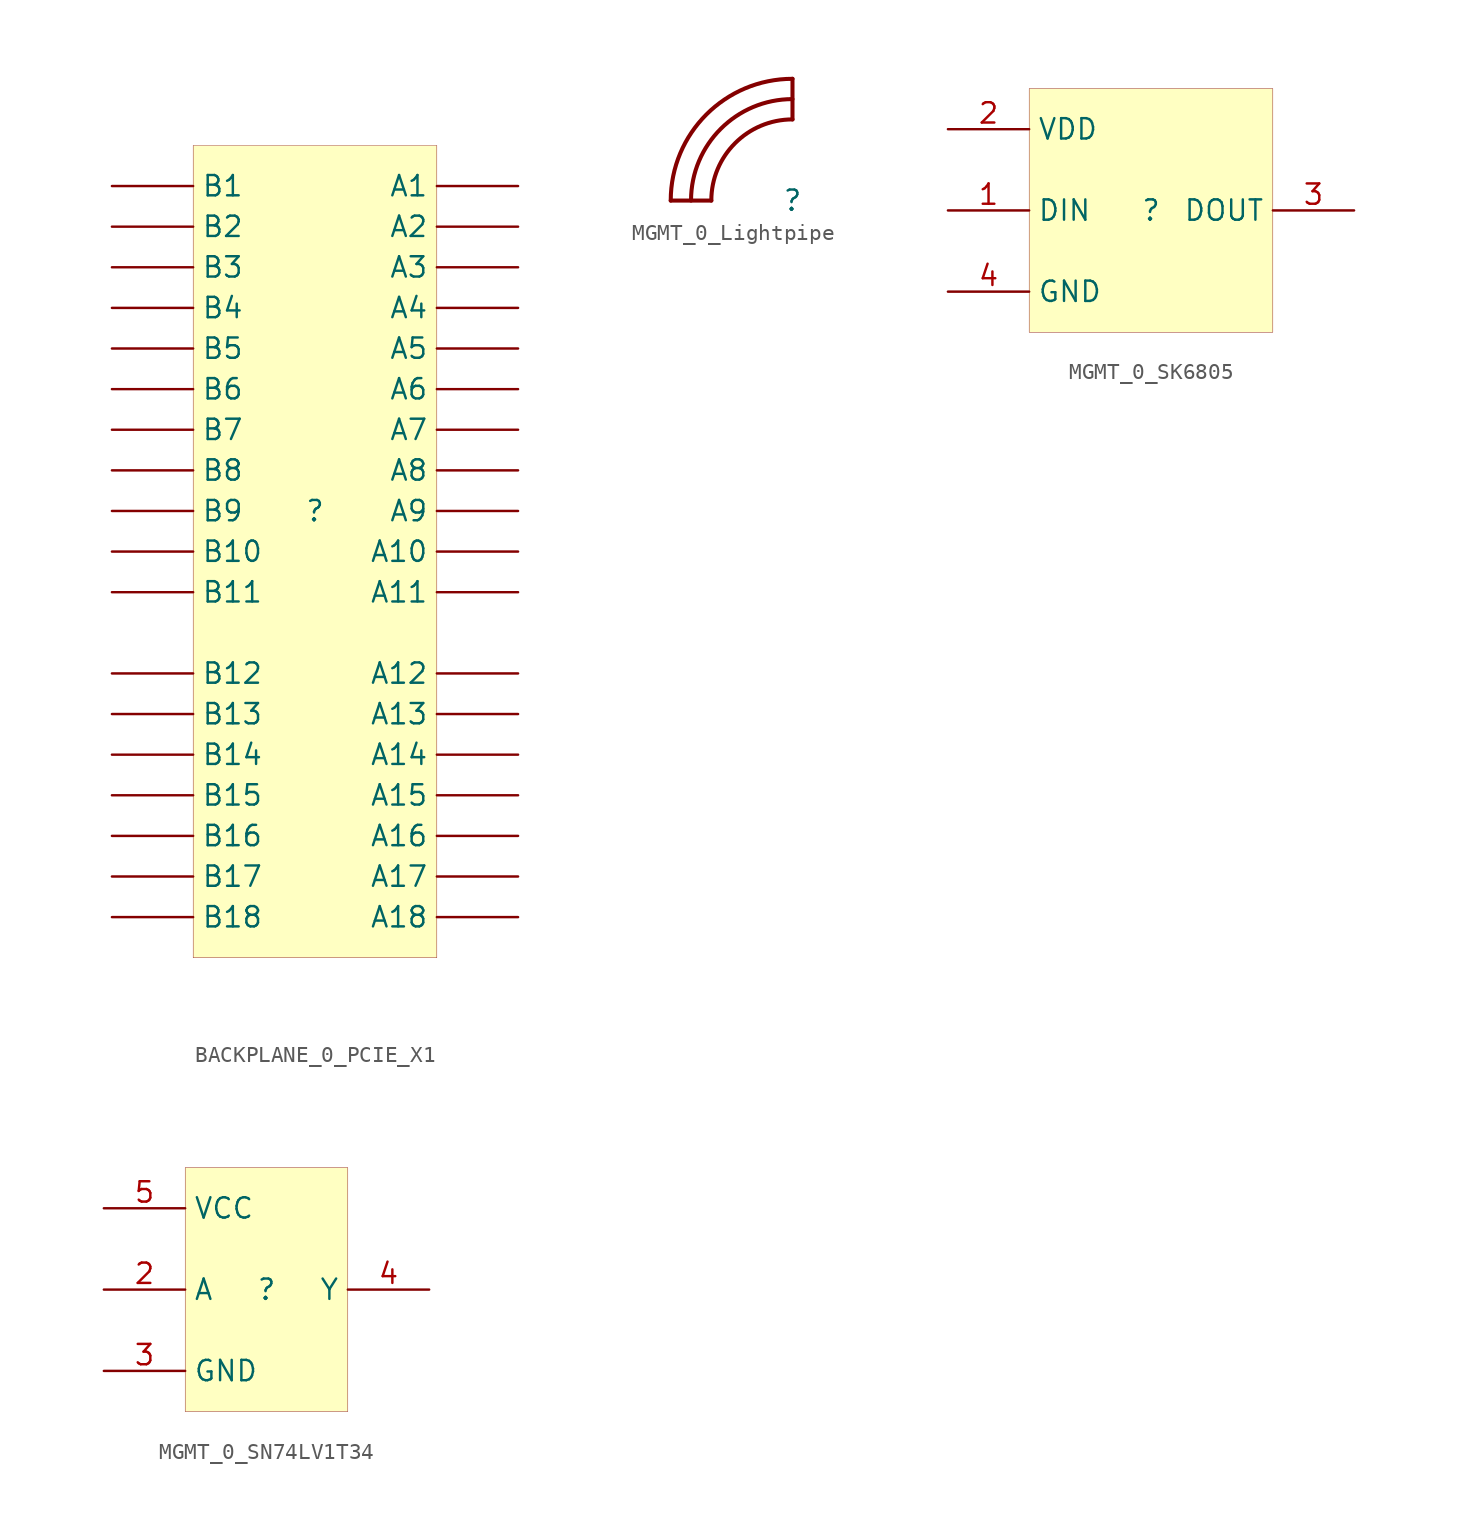
<source format=kicad_sym>
(kicad_symbol_lib
  (version 20231120)
  (generator "kicad_symbol_editor")
  (generator_version "8.0")
  (symbol "BACKPLANE_0_PCIE_X1"
    (property "Reference" ""
      (at 0 0 0)
      (effects (font (size 1.27 1.27))))
    (property "Value" ""
      (at 0 0 0)
      (effects (font (size 1.27 1.27))))
    (symbol "BACKPLANE_0_PCIE_X1_1_0"
      (rectangle (start 7.62 22.86) (end -7.62 -27.94) (stroke (width 0.025) (type solid) (color 128 0 0 1)) (fill (type background)))
      (pin passive line (at 12.7 20.32 180) (length 5.08) (name "A1" (effects (font (size 1.27 1.27)))) (number "A1" (effects (font (size 0 0)))))
      (pin passive line (at 12.7 -2.54 180) (length 5.08) (name "A10" (effects (font (size 1.27 1.27)))) (number "A10" (effects (font (size 0 0)))))
      (pin passive line (at 12.7 -5.08 180) (length 5.08) (name "A11" (effects (font (size 1.27 1.27)))) (number "A11" (effects (font (size 0 0)))))
      (pin passive line (at 12.7 -10.16 180) (length 5.08) (name "A12" (effects (font (size 1.27 1.27)))) (number "A12" (effects (font (size 0 0)))))
      (pin passive line (at 12.7 -12.7 180) (length 5.08) (name "A13" (effects (font (size 1.27 1.27)))) (number "A13" (effects (font (size 0 0)))))
      (pin passive line (at 12.7 -15.24 180) (length 5.08) (name "A14" (effects (font (size 1.27 1.27)))) (number "A14" (effects (font (size 0 0)))))
      (pin passive line (at 12.7 -17.78 180) (length 5.08) (name "A15" (effects (font (size 1.27 1.27)))) (number "A15" (effects (font (size 0 0)))))
      (pin passive line (at 12.7 -20.32 180) (length 5.08) (name "A16" (effects (font (size 1.27 1.27)))) (number "A16" (effects (font (size 0 0)))))
      (pin passive line (at 12.7 -22.86 180) (length 5.08) (name "A17" (effects (font (size 1.27 1.27)))) (number "A17" (effects (font (size 0 0)))))
      (pin passive line (at 12.7 -25.4 180) (length 5.08) (name "A18" (effects (font (size 1.27 1.27)))) (number "A18" (effects (font (size 0 0)))))
      (pin passive line (at 12.7 17.78 180) (length 5.08) (name "A2" (effects (font (size 1.27 1.27)))) (number "A2" (effects (font (size 0 0)))))
      (pin passive line (at 12.7 15.24 180) (length 5.08) (name "A3" (effects (font (size 1.27 1.27)))) (number "A3" (effects (font (size 0 0)))))
      (pin passive line (at 12.7 12.7 180) (length 5.08) (name "A4" (effects (font (size 1.27 1.27)))) (number "A4" (effects (font (size 0 0)))))
      (pin passive line (at 12.7 10.16 180) (length 5.08) (name "A5" (effects (font (size 1.27 1.27)))) (number "A5" (effects (font (size 0 0)))))
      (pin passive line (at 12.7 7.62 180) (length 5.08) (name "A6" (effects (font (size 1.27 1.27)))) (number "A6" (effects (font (size 0 0)))))
      (pin passive line (at 12.7 5.08 180) (length 5.08) (name "A7" (effects (font (size 1.27 1.27)))) (number "A7" (effects (font (size 0 0)))))
      (pin passive line (at 12.7 2.54 180) (length 5.08) (name "A8" (effects (font (size 1.27 1.27)))) (number "A8" (effects (font (size 0 0)))))
      (pin passive line (at 12.7 0 180) (length 5.08) (name "A9" (effects (font (size 1.27 1.27)))) (number "A9" (effects (font (size 0 0)))))
      (pin passive line (at -12.7 20.32 0) (length 5.08) (name "B1" (effects (font (size 1.27 1.27)))) (number "B1" (effects (font (size 0 0)))))
      (pin passive line (at -12.7 -2.54 0) (length 5.08) (name "B10" (effects (font (size 1.27 1.27)))) (number "B10" (effects (font (size 0 0)))))
      (pin passive line (at -12.7 -5.08 0) (length 5.08) (name "B11" (effects (font (size 1.27 1.27)))) (number "B11" (effects (font (size 0 0)))))
      (pin passive line (at -12.7 -10.16 0) (length 5.08) (name "B12" (effects (font (size 1.27 1.27)))) (number "B12" (effects (font (size 0 0)))))
      (pin passive line (at -12.7 -12.7 0) (length 5.08) (name "B13" (effects (font (size 1.27 1.27)))) (number "B13" (effects (font (size 0 0)))))
      (pin passive line (at -12.7 -15.24 0) (length 5.08) (name "B14" (effects (font (size 1.27 1.27)))) (number "B14" (effects (font (size 0 0)))))
      (pin passive line (at -12.7 -17.78 0) (length 5.08) (name "B15" (effects (font (size 1.27 1.27)))) (number "B15" (effects (font (size 0 0)))))
      (pin passive line (at -12.7 -20.32 0) (length 5.08) (name "B16" (effects (font (size 1.27 1.27)))) (number "B16" (effects (font (size 0 0)))))
      (pin passive line (at -12.7 -22.86 0) (length 5.08) (name "B17" (effects (font (size 1.27 1.27)))) (number "B17" (effects (font (size 0 0)))))
      (pin passive line (at -12.7 -25.4 0) (length 5.08) (name "B18" (effects (font (size 1.27 1.27)))) (number "B18" (effects (font (size 0 0)))))
      (pin passive line (at -12.7 17.78 0) (length 5.08) (name "B2" (effects (font (size 1.27 1.27)))) (number "B2" (effects (font (size 0 0)))))
      (pin passive line (at -12.7 15.24 0) (length 5.08) (name "B3" (effects (font (size 1.27 1.27)))) (number "B3" (effects (font (size 0 0)))))
      (pin passive line (at -12.7 12.7 0) (length 5.08) (name "B4" (effects (font (size 1.27 1.27)))) (number "B4" (effects (font (size 0 0)))))
      (pin passive line (at -12.7 10.16 0) (length 5.08) (name "B5" (effects (font (size 1.27 1.27)))) (number "B5" (effects (font (size 0 0)))))
      (pin passive line (at -12.7 7.62 0) (length 5.08) (name "B6" (effects (font (size 1.27 1.27)))) (number "B6" (effects (font (size 0 0)))))
      (pin passive line (at -12.7 5.08 0) (length 5.08) (name "B7" (effects (font (size 1.27 1.27)))) (number "B7" (effects (font (size 0 0)))))
      (pin passive line (at -12.7 2.54 0) (length 5.08) (name "B8" (effects (font (size 1.27 1.27)))) (number "B8" (effects (font (size 0 0)))))
      (pin passive line (at -12.7 0 0) (length 5.08) (name "B9" (effects (font (size 1.27 1.27)))) (number "B9" (effects (font (size 0 0)))))))
  (symbol "MGMT_0_Lightpipe"
    (property "Reference" ""
      (at 0 0 0)
      (effects (font (size 1.27 1.27))))
    (property "Value" ""
      (at 0 0 0)
      (effects (font (size 1.27 1.27))))
    (symbol "MGMT_0_Lightpipe_1_0"
      (polyline (pts (xy -5.08 0) (xy -7.62 0)) (stroke (width 0.254) (type solid)) (fill (type none)))
      (polyline (pts (xy 0 7.62) (xy 0 5.08)) (stroke (width 0.254) (type solid)) (fill (type none)))
      (arc (start 0 5.08) (mid -3.5921 3.5921) (end -5.08 0) (stroke (width 0.254) (type solid)) (fill (type none)))
      (arc (start 0 6.35) (mid -4.4901 4.4901) (end -6.35 0) (stroke (width 0.254) (type solid)) (fill (type none)))
      (arc (start 0 7.62) (mid -5.3882 5.3882) (end -7.62 0) (stroke (width 0.254) (type solid)) (fill (type none)))))
  (symbol "MGMT_0_SK6805"
    (property "Reference" ""
      (at 0 0 0)
      (effects (font (size 1.27 1.27))))
    (property "Value" ""
      (at 0 0 0)
      (effects (font (size 1.27 1.27))))
    (symbol "MGMT_0_SK6805_1_0"
      (rectangle (start 7.62 7.62) (end -7.62 -7.62) (stroke (width 0.025) (type solid) (color 128 0 0 1)) (fill (type background)))
      (pin passive line (at -12.7 0 0) (length 5.08) (name "DIN" (effects (font (size 1.27 1.27)))) (number "1" (effects (font (size 1.27 1.27)))))
      (pin passive line (at -12.7 5.08 0) (length 5.08) (name "VDD" (effects (font (size 1.27 1.27)))) (number "2" (effects (font (size 1.27 1.27)))))
      (pin passive line (at 12.7 0 180) (length 5.08) (name "DOUT" (effects (font (size 1.27 1.27)))) (number "3" (effects (font (size 1.27 1.27)))))
      (pin passive line (at -12.7 -5.08 0) (length 5.08) (name "GND" (effects (font (size 1.27 1.27)))) (number "4" (effects (font (size 1.27 1.27)))))))
  (symbol "MGMT_0_SN74LV1T34"
    (property "Reference" ""
      (at 0 0 0)
      (effects (font (size 1.27 1.27))))
    (property "Value" ""
      (at 0 0 0)
      (effects (font (size 1.27 1.27))))
    (symbol "MGMT_0_SN74LV1T34_1_0"
      (rectangle (start 5.08 7.62) (end -5.08 -7.62) (stroke (width 0.025) (type solid) (color 128 0 0 1)) (fill (type background)))
      (pin passive line (at -10.16 0 0) (length 5.08) (name "A" (effects (font (size 1.27 1.27)))) (number "2" (effects (font (size 1.27 1.27)))))
      (pin passive line (at -10.16 -5.08 0) (length 5.08) (name "GND" (effects (font (size 1.27 1.27)))) (number "3" (effects (font (size 1.27 1.27)))))
      (pin passive line (at 10.16 0 180) (length 5.08) (name "Y" (effects (font (size 1.27 1.27)))) (number "4" (effects (font (size 1.27 1.27)))))
      (pin passive line (at -10.16 5.08 0) (length 5.08) (name "VCC" (effects (font (size 1.27 1.27)))) (number "5" (effects (font (size 1.27 1.27))))))))
</source>
